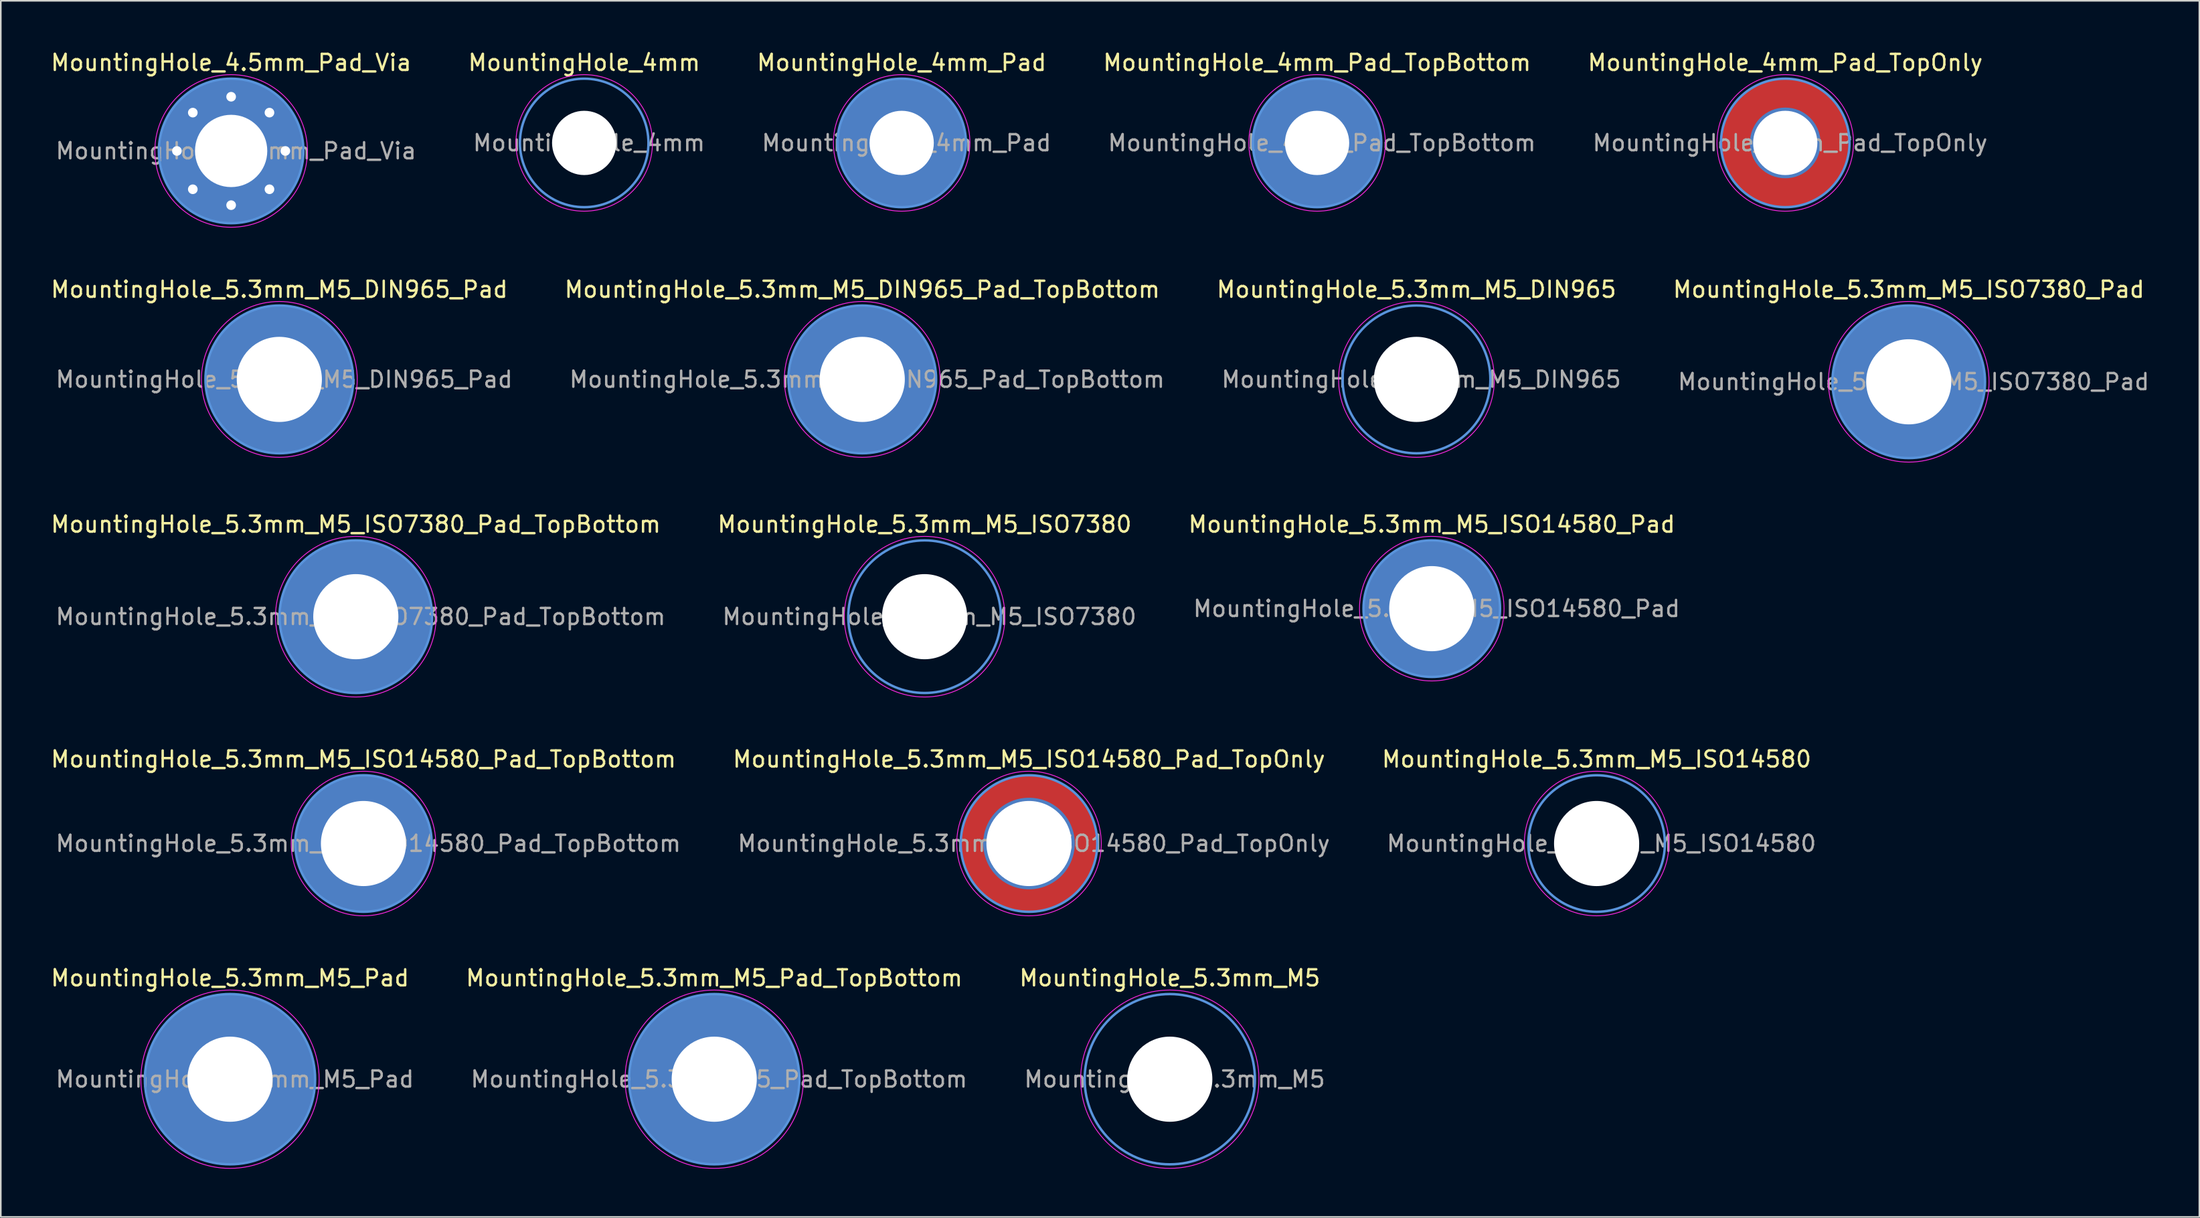
<source format=kicad_pcb>
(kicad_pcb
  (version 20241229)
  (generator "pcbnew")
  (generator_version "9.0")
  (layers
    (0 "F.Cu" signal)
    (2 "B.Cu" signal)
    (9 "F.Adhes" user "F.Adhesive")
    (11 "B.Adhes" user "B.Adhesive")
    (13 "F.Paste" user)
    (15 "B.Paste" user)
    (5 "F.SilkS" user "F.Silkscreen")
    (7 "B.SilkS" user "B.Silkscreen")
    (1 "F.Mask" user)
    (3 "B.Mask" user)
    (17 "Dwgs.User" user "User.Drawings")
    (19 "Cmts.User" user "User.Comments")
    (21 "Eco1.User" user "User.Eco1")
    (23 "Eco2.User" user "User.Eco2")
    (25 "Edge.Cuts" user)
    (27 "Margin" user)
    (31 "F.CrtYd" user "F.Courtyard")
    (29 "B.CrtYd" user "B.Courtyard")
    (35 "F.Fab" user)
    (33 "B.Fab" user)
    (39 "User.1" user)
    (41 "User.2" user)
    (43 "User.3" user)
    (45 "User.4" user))
  (footprint "MountingHole_5.3mm_M5_ISO14580_Pad"
    (layer "F.Cu")
    (at 86.082 34.845)
    (property "Reference" "MountingHole_5.3mm_M5_ISO14580_Pad" (at 0 -5.25 0) (layer "F.SilkS") (effects (font (size 1 1) (thickness 0.15))))
    (attr exclude_from_pos_files exclude_from_bom)
    (fp_circle (center 0 0) (end 4.25 0) (stroke (width 0.15) (type solid)) (fill no) (layer "Cmts.User"))
    (fp_circle (center 0 0) (end 4.5 0) (stroke (width 0.05) (type solid)) (fill no) (layer "F.CrtYd"))
    (fp_text user "${REFERENCE}" (at 0.3 0 0) (layer "F.Fab") (effects (font (size 1 1) (thickness 0.15))))
    (pad "1" thru_hole circle (at 0 0) (size 8.5 8.5) (drill 5.3) (layers "*.Cu" "*.Mask")))
  (footprint "MountingHole_5.3mm_M5_ISO7380_Pad_TopBottom"
    (layer "F.Cu")
    (at 19.101 35.345)
    (property "Reference" "MountingHole_5.3mm_M5_ISO7380_Pad_TopBottom" (at 0 -5.75 0) (layer "F.SilkS") (effects (font (size 1 1) (thickness 0.15))))
    (attr exclude_from_pos_files exclude_from_bom)
    (fp_circle (center 0 0) (end 4.75 0) (stroke (width 0.15) (type solid)) (fill no) (layer "Cmts.User"))
    (fp_circle (center 0 0) (end 5 0) (stroke (width 0.05) (type solid)) (fill no) (layer "F.CrtYd"))
    (fp_text user "${REFERENCE}" (at 0.3 0 0) (layer "F.Fab") (effects (font (size 1 1) (thickness 0.15))))
    (pad "1" thru_hole circle (at 0 0) (size 5.7 5.7) (drill 5.3) (layers "*.Cu" "*.Mask"))
    (pad "1" connect circle (at 0 0) (size 9.5 9.5) (layers "F.Cu" "F.Mask"))
    (pad "1" connect circle (at 0 0) (size 9.5 9.5) (layers "B.Cu" "B.Mask")))
  (footprint "MountingHole_5.3mm_M5"
    (layer "F.Cu")
    (at 69.773 64.141)
    (property "Reference" "MountingHole_5.3mm_M5" (at 0 -6.3 0) (layer "F.SilkS") (effects (font (size 1 1) (thickness 0.15))))
    (attr exclude_from_pos_files exclude_from_bom)
    (fp_circle (center 0 0) (end 5.3 0) (stroke (width 0.15) (type solid)) (fill no) (layer "Cmts.User"))
    (fp_circle (center 0 0) (end 5.55 0) (stroke (width 0.05) (type solid)) (fill no) (layer "F.CrtYd"))
    (fp_text user "${REFERENCE}" (at 0.3 0 0) (layer "F.Fab") (effects (font (size 1 1) (thickness 0.15))))
    (pad "" np_thru_hole circle (at 0 0) (size 5.3 5.3) (drill 5.3) (layers "*.Cu" "*.Mask")))
  (footprint "MountingHole_5.3mm_M5_DIN965_Pad"
    (layer "F.Cu")
    (at 14.339 20.572)
    (property "Reference" "MountingHole_5.3mm_M5_DIN965_Pad" (at 0 -5.6 0) (layer "F.SilkS") (effects (font (size 1 1) (thickness 0.15))))
    (attr exclude_from_pos_files exclude_from_bom)
    (fp_circle (center 0 0) (end 4.6 0) (stroke (width 0.15) (type solid)) (fill no) (layer "Cmts.User"))
    (fp_circle (center 0 0) (end 4.85 0) (stroke (width 0.05) (type solid)) (fill no) (layer "F.CrtYd"))
    (fp_text user "${REFERENCE}" (at 0.3 0 0) (layer "F.Fab") (effects (font (size 1 1) (thickness 0.15))))
    (pad "1" thru_hole circle (at 0 0) (size 9.2 9.2) (drill 5.3) (layers "*.Cu" "*.Mask")))
  (footprint "MountingHole_4mm"
    (layer "F.Cu")
    (at 33.318 5.848)
    (property "Reference" "MountingHole_4mm" (at 0 -5 0) (layer "F.SilkS") (effects (font (size 1 1) (thickness 0.15))))
    (attr exclude_from_pos_files exclude_from_bom)
    (fp_circle (center 0 0) (end 4 0) (stroke (width 0.15) (type solid)) (fill no) (layer "Cmts.User"))
    (fp_circle (center 0 0) (end 4.25 0) (stroke (width 0.05) (type solid)) (fill no) (layer "F.CrtYd"))
    (fp_text user "${REFERENCE}" (at 0.3 0 0) (layer "F.Fab") (effects (font (size 1 1) (thickness 0.15))))
    (pad "" np_thru_hole circle (at 0 0) (size 4 4) (drill 4) (layers "*.Cu" "*.Mask")))
  (footprint "MountingHole_5.3mm_M5_Pad"
    (layer "F.Cu")
    (at 11.268 64.141)
    (property "Reference" "MountingHole_5.3mm_M5_Pad" (at 0 -6.3 0) (layer "F.SilkS") (effects (font (size 1 1) (thickness 0.15))))
    (attr exclude_from_pos_files exclude_from_bom)
    (fp_circle (center 0 0) (end 5.3 0) (stroke (width 0.15) (type solid)) (fill no) (layer "Cmts.User"))
    (fp_circle (center 0 0) (end 5.55 0) (stroke (width 0.05) (type solid)) (fill no) (layer "F.CrtYd"))
    (fp_text user "${REFERENCE}" (at 0.3 0 0) (layer "F.Fab") (effects (font (size 1 1) (thickness 0.15))))
    (pad "1" thru_hole circle (at 0 0) (size 10.6 10.6) (drill 5.3) (layers "*.Cu" "*.Mask")))
  (footprint "MountingHole_4mm_Pad"
    (layer "F.Cu")
    (at 53.082 5.848)
    (property "Reference" "MountingHole_4mm_Pad" (at 0 -5 0) (layer "F.SilkS") (effects (font (size 1 1) (thickness 0.15))))
    (attr exclude_from_pos_files exclude_from_bom)
    (fp_circle (center 0 0) (end 4 0) (stroke (width 0.15) (type solid)) (fill no) (layer "Cmts.User"))
    (fp_circle (center 0 0) (end 4.25 0) (stroke (width 0.05) (type solid)) (fill no) (layer "F.CrtYd"))
    (fp_text user "${REFERENCE}" (at 0.3 0 0) (layer "F.Fab") (effects (font (size 1 1) (thickness 0.15))))
    (pad "1" thru_hole circle (at 0 0) (size 8 8) (drill 4) (layers "*.Cu" "*.Mask")))
  (footprint "MountingHole_5.3mm_M5_Pad_TopBottom"
    (layer "F.Cu")
    (at 41.413 64.141)
    (property "Reference" "MountingHole_5.3mm_M5_Pad_TopBottom" (at 0 -6.3 0) (layer "F.SilkS") (effects (font (size 1 1) (thickness 0.15))))
    (attr exclude_from_pos_files exclude_from_bom)
    (fp_circle (center 0 0) (end 5.3 0) (stroke (width 0.15) (type solid)) (fill no) (layer "Cmts.User"))
    (fp_circle (center 0 0) (end 5.55 0) (stroke (width 0.05) (type solid)) (fill no) (layer "F.CrtYd"))
    (fp_text user "${REFERENCE}" (at 0.3 0 0) (layer "F.Fab") (effects (font (size 1 1) (thickness 0.15))))
    (pad "1" thru_hole circle (at 0 0) (size 5.7 5.7) (drill 5.3) (layers "*.Cu" "*.Mask"))
    (pad "1" connect circle (at 0 0) (size 10.6 10.6) (layers "F.Cu" "F.Mask"))
    (pad "1" connect circle (at 0 0) (size 10.6 10.6) (layers "B.Cu" "B.Mask")))
  (footprint "MountingHole_5.3mm_M5_ISO7380"
    (layer "F.Cu")
    (at 54.508 35.345)
    (property "Reference" "MountingHole_5.3mm_M5_ISO7380" (at 0 -5.75 0) (layer "F.SilkS") (effects (font (size 1 1) (thickness 0.15))))
    (attr exclude_from_pos_files exclude_from_bom)
    (fp_circle (center 0 0) (end 4.75 0) (stroke (width 0.15) (type solid)) (fill no) (layer "Cmts.User"))
    (fp_circle (center 0 0) (end 5 0) (stroke (width 0.05) (type solid)) (fill no) (layer "F.CrtYd"))
    (fp_text user "${REFERENCE}" (at 0.3 0 0) (layer "F.Fab") (effects (font (size 1 1) (thickness 0.15))))
    (pad "" np_thru_hole circle (at 0 0) (size 5.3 5.3) (drill 5.3) (layers "*.Cu" "*.Mask")))
  (footprint "MountingHole_5.3mm_M5_DIN965_Pad_TopBottom"
    (layer "F.Cu")
    (at 50.627 20.572)
    (property "Reference" "MountingHole_5.3mm_M5_DIN965_Pad_TopBottom" (at 0 -5.6 0) (layer "F.SilkS") (effects (font (size 1 1) (thickness 0.15))))
    (attr exclude_from_pos_files exclude_from_bom)
    (fp_circle (center 0 0) (end 4.6 0) (stroke (width 0.15) (type solid)) (fill no) (layer "Cmts.User"))
    (fp_circle (center 0 0) (end 4.85 0) (stroke (width 0.05) (type solid)) (fill no) (layer "F.CrtYd"))
    (fp_text user "${REFERENCE}" (at 0.3 0 0) (layer "F.Fab") (effects (font (size 1 1) (thickness 0.15))))
    (pad "1" thru_hole circle (at 0 0) (size 5.7 5.7) (drill 5.3) (layers "*.Cu" "*.Mask"))
    (pad "1" connect circle (at 0 0) (size 9.2 9.2) (layers "F.Cu" "F.Mask"))
    (pad "1" connect circle (at 0 0) (size 9.2 9.2) (layers "B.Cu" "B.Mask")))
  (footprint "MountingHole_5.3mm_M5_ISO14580_Pad_TopOnly"
    (layer "F.Cu")
    (at 61.008 49.468)
    (property "Reference" "MountingHole_5.3mm_M5_ISO14580_Pad_TopOnly" (at 0 -5.25 0) (layer "F.SilkS") (effects (font (size 1 1) (thickness 0.15))))
    (attr exclude_from_pos_files exclude_from_bom)
    (fp_circle (center 0 0) (end 4.25 0) (stroke (width 0.15) (type solid)) (fill no) (layer "Cmts.User"))
    (fp_circle (center 0 0) (end 4.5 0) (stroke (width 0.05) (type solid)) (fill no) (layer "F.CrtYd"))
    (fp_text user "${REFERENCE}" (at 0.3 0 0) (layer "F.Fab") (effects (font (size 1 1) (thickness 0.15))))
    (pad "1" thru_hole circle (at 0 0) (size 5.7 5.7) (drill 5.3) (layers "*.Cu" "*.Mask"))
    (pad "1" connect circle (at 0 0) (size 8.5 8.5) (layers "F.Cu" "F.Mask")))
  (footprint "MountingHole_5.3mm_M5_ISO14580"
    (layer "F.Cu")
    (at 96.344 49.468)
    (property "Reference" "MountingHole_5.3mm_M5_ISO14580" (at 0 -5.25 0) (layer "F.SilkS") (effects (font (size 1 1) (thickness 0.15))))
    (attr exclude_from_pos_files exclude_from_bom)
    (fp_circle (center 0 0) (end 4.25 0) (stroke (width 0.15) (type solid)) (fill no) (layer "Cmts.User"))
    (fp_circle (center 0 0) (end 4.5 0) (stroke (width 0.05) (type solid)) (fill no) (layer "F.CrtYd"))
    (fp_text user "${REFERENCE}" (at 0.3 0 0) (layer "F.Fab") (effects (font (size 1 1) (thickness 0.15))))
    (pad "" np_thru_hole circle (at 0 0) (size 5.3 5.3) (drill 5.3) (layers "*.Cu" "*.Mask")))
  (footprint "MountingHole_4.5mm_Pad_Via"
    (layer "F.Cu")
    (at 11.339 6.348)
    (property "Reference" "MountingHole_4.5mm_Pad_Via" (at 0 -5.5 0) (layer "F.SilkS") (effects (font (size 1 1) (thickness 0.15))))
    (attr exclude_from_pos_files exclude_from_bom)
    (fp_circle (center 0 0) (end 4.5 0) (stroke (width 0.15) (type solid)) (fill no) (layer "Cmts.User"))
    (fp_circle (center 0 0) (end 4.75 0) (stroke (width 0.05) (type solid)) (fill no) (layer "F.CrtYd"))
    (fp_text user "${REFERENCE}" (at 0.3 0 0) (layer "F.Fab") (effects (font (size 1 1) (thickness 0.15))))
    (pad "1" thru_hole circle (at -3.375 0) (size 0.9 0.9) (drill 0.6) (layers "*.Cu" "*.Mask"))
    (pad "1" thru_hole circle (at -2.386 -2.386) (size 0.9 0.9) (drill 0.6) (layers "*.Cu" "*.Mask"))
    (pad "1" thru_hole circle (at -2.386 2.386) (size 0.9 0.9) (drill 0.6) (layers "*.Cu" "*.Mask"))
    (pad "1" thru_hole circle (at 0 -3.375) (size 0.9 0.9) (drill 0.6) (layers "*.Cu" "*.Mask"))
    (pad "1" thru_hole circle (at 0 0) (size 9 9) (drill 4.5) (layers "*.Cu" "*.Mask"))
    (pad "1" thru_hole circle (at 0 3.375) (size 0.9 0.9) (drill 0.6) (layers "*.Cu" "*.Mask"))
    (pad "1" thru_hole circle (at 2.386 -2.386) (size 0.9 0.9) (drill 0.6) (layers "*.Cu" "*.Mask"))
    (pad "1" thru_hole circle (at 2.386 2.386) (size 0.9 0.9) (drill 0.6) (layers "*.Cu" "*.Mask"))
    (pad "1" thru_hole circle (at 3.375 0) (size 0.9 0.9) (drill 0.6) (layers "*.Cu" "*.Mask")))
  (footprint "MountingHole_5.3mm_M5_ISO14580_Pad_TopBottom"
    (layer "F.Cu")
    (at 19.577 49.468)
    (property "Reference" "MountingHole_5.3mm_M5_ISO14580_Pad_TopBottom" (at 0 -5.25 0) (layer "F.SilkS") (effects (font (size 1 1) (thickness 0.15))))
    (attr exclude_from_pos_files exclude_from_bom)
    (fp_circle (center 0 0) (end 4.25 0) (stroke (width 0.15) (type solid)) (fill no) (layer "Cmts.User"))
    (fp_circle (center 0 0) (end 4.5 0) (stroke (width 0.05) (type solid)) (fill no) (layer "F.CrtYd"))
    (fp_text user "${REFERENCE}" (at 0.3 0 0) (layer "F.Fab") (effects (font (size 1 1) (thickness 0.15))))
    (pad "1" thru_hole circle (at 0 0) (size 5.7 5.7) (drill 5.3) (layers "*.Cu" "*.Mask"))
    (pad "1" connect circle (at 0 0) (size 8.5 8.5) (layers "F.Cu" "F.Mask"))
    (pad "1" connect circle (at 0 0) (size 8.5 8.5) (layers "B.Cu" "B.Mask")))
  (footprint "MountingHole_5.3mm_M5_DIN965"
    (layer "F.Cu")
    (at 85.13 20.572)
    (property "Reference" "MountingHole_5.3mm_M5_DIN965" (at 0 -5.6 0) (layer "F.SilkS") (effects (font (size 1 1) (thickness 0.15))))
    (attr exclude_from_pos_files exclude_from_bom)
    (fp_circle (center 0 0) (end 4.6 0) (stroke (width 0.15) (type solid)) (fill no) (layer "Cmts.User"))
    (fp_circle (center 0 0) (end 4.85 0) (stroke (width 0.05) (type solid)) (fill no) (layer "F.CrtYd"))
    (fp_text user "${REFERENCE}" (at 0.3 0 0) (layer "F.Fab") (effects (font (size 1 1) (thickness 0.15))))
    (pad "" np_thru_hole circle (at 0 0) (size 5.3 5.3) (drill 5.3) (layers "*.Cu" "*.Mask")))
  (footprint "MountingHole_4mm_Pad_TopBottom"
    (layer "F.Cu")
    (at 78.942 5.848)
    (property "Reference" "MountingHole_4mm_Pad_TopBottom" (at 0 -5 0) (layer "F.SilkS") (effects (font (size 1 1) (thickness 0.15))))
    (attr exclude_from_pos_files exclude_from_bom)
    (fp_circle (center 0 0) (end 4 0) (stroke (width 0.15) (type solid)) (fill no) (layer "Cmts.User"))
    (fp_circle (center 0 0) (end 4.25 0) (stroke (width 0.05) (type solid)) (fill no) (layer "F.CrtYd"))
    (fp_text user "${REFERENCE}" (at 0.3 0 0) (layer "F.Fab") (effects (font (size 1 1) (thickness 0.15))))
    (pad "1" thru_hole circle (at 0 0) (size 4.4 4.4) (drill 4) (layers "*.Cu" "*.Mask"))
    (pad "1" connect circle (at 0 0) (size 8 8) (layers "F.Cu" "F.Mask"))
    (pad "1" connect circle (at 0 0) (size 8 8) (layers "B.Cu" "B.Mask")))
  (footprint "MountingHole_5.3mm_M5_ISO7380_Pad"
    (layer "F.Cu")
    (at 115.775 20.721)
    (property "Reference" "MountingHole_5.3mm_M5_ISO7380_Pad" (at 0 -5.75 0) (layer "F.SilkS") (effects (font (size 1 1) (thickness 0.15))))
    (attr exclude_from_pos_files exclude_from_bom)
    (fp_circle (center 0 0) (end 4.75 0) (stroke (width 0.15) (type solid)) (fill no) (layer "Cmts.User"))
    (fp_circle (center 0 0) (end 5 0) (stroke (width 0.05) (type solid)) (fill no) (layer "F.CrtYd"))
    (fp_text user "${REFERENCE}" (at 0.3 0 0) (layer "F.Fab") (effects (font (size 1 1) (thickness 0.15))))
    (pad "1" thru_hole circle (at 0 0) (size 9.5 9.5) (drill 5.3) (layers "*.Cu" "*.Mask")))
  (footprint "MountingHole_4mm_Pad_TopOnly"
    (layer "F.Cu")
    (at 108.087 5.848)
    (property "Reference" "MountingHole_4mm_Pad_TopOnly" (at 0 -5 0) (layer "F.SilkS") (effects (font (size 1 1) (thickness 0.15))))
    (attr exclude_from_pos_files exclude_from_bom)
    (fp_circle (center 0 0) (end 4 0) (stroke (width 0.15) (type solid)) (fill no) (layer "Cmts.User"))
    (fp_circle (center 0 0) (end 4.25 0) (stroke (width 0.05) (type solid)) (fill no) (layer "F.CrtYd"))
    (fp_text user "${REFERENCE}" (at 0.3 0 0) (layer "F.Fab") (effects (font (size 1 1) (thickness 0.15))))
    (pad "1" thru_hole circle (at 0 0) (size 4.4 4.4) (drill 4) (layers "*.Cu" "*.Mask"))
    (pad "1" connect circle (at 0 0) (size 8 8) (layers "F.Cu" "F.Mask")))
  (gr_rect
    (start -3 -3)
    (end 133.867 72.716)
    (stroke (width 0.1) (type default))
    (fill no)
    (layer "Edge.Cuts")))
</source>
